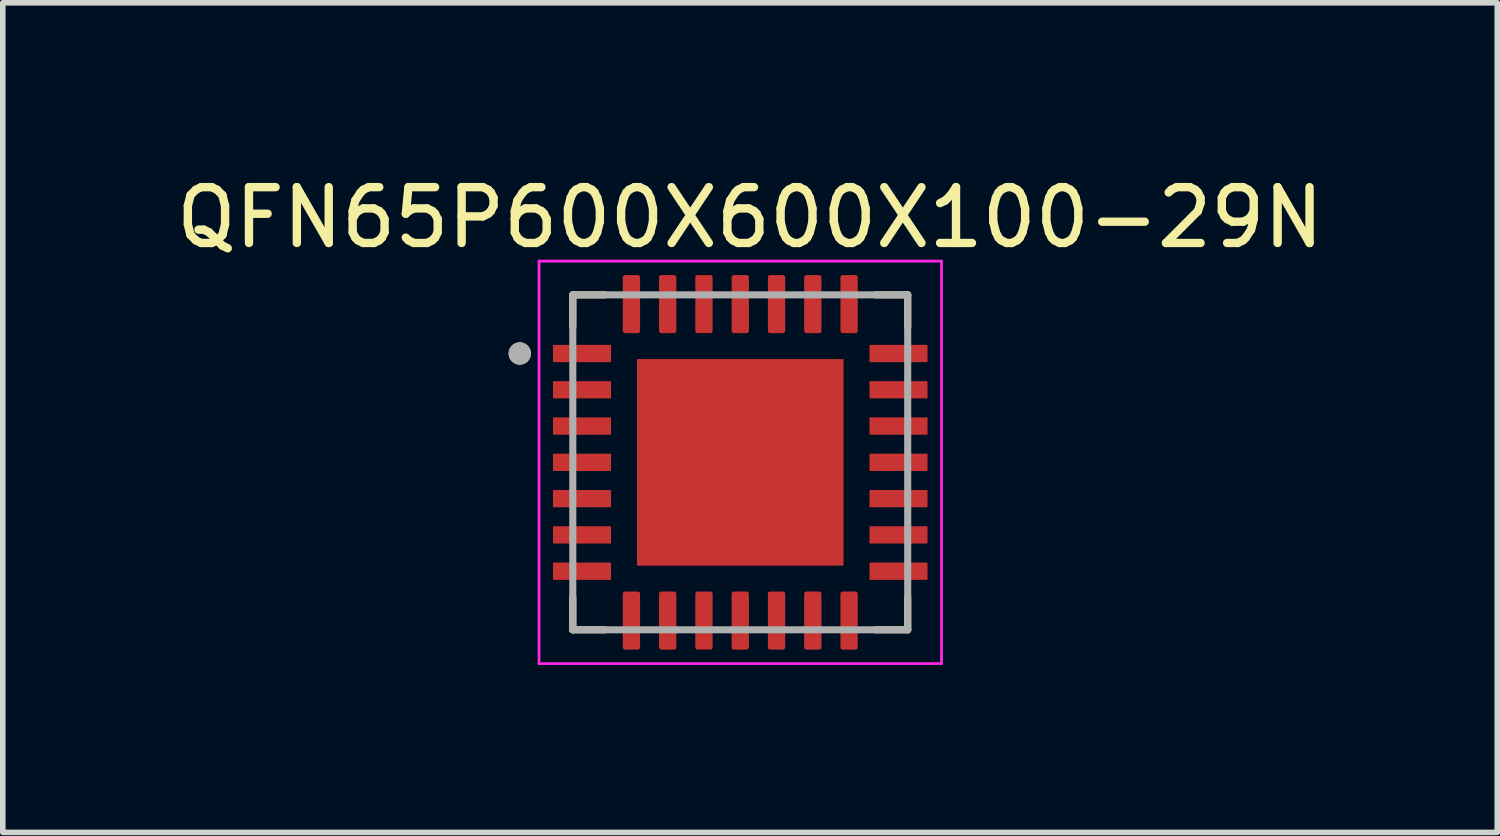
<source format=kicad_pcb>
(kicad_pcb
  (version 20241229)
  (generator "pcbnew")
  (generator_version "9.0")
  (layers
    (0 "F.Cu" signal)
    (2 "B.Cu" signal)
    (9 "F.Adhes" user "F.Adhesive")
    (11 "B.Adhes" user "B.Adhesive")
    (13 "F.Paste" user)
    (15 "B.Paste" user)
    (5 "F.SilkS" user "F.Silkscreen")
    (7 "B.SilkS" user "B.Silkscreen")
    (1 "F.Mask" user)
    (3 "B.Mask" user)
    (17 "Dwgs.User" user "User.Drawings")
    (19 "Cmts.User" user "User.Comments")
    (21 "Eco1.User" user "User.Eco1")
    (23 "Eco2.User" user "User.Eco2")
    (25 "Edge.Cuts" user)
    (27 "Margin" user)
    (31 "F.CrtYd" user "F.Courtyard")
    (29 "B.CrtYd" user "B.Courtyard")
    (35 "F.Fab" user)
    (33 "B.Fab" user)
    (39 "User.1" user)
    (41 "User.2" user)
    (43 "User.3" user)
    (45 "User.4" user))
  (footprint "QFN65P600X600X100-29N"
    (layer "F.Cu")
    (at 10.212 5.233)
    (property "Reference" "QFN65P600X600X100-29N" (at 0.175 -4.385 0) (layer "F.SilkS") (effects (font (size 1 1) (thickness 0.15))))
    (attr through_hole)
    (fp_line (start -3 -3) (end -3 -2.425) (stroke (width 0.127) (type solid)) (layer "F.SilkS"))
    (fp_line (start -3 -3) (end -2.425 -3) (stroke (width 0.127) (type solid)) (layer "F.SilkS"))
    (fp_line (start -3 3) (end -3 2.425) (stroke (width 0.127) (type solid)) (layer "F.SilkS"))
    (fp_line (start -3 3) (end -2.425 3) (stroke (width 0.127) (type solid)) (layer "F.SilkS"))
    (fp_line (start 3 -3) (end 2.425 -3) (stroke (width 0.127) (type solid)) (layer "F.SilkS"))
    (fp_line (start 3 -3) (end 3 -2.425) (stroke (width 0.127) (type solid)) (layer "F.SilkS"))
    (fp_line (start 3 3) (end 2.425 3) (stroke (width 0.127) (type solid)) (layer "F.SilkS"))
    (fp_line (start 3 3) (end 3 2.425) (stroke (width 0.127) (type solid)) (layer "F.SilkS"))
    (fp_circle (center -3.95 -1.95) (end -3.85 -1.95) (stroke (width 0.2) (type solid)) (fill no) (layer "F.SilkS"))
    (fp_poly (pts (xy -1.17 -1.17) (xy 1.17 -1.17) (xy 1.17 1.17) (xy -1.17 1.17)) (stroke (width 0.01) (type solid)) (fill yes) (layer "F.Paste"))
    (fp_line (start -3.605 -3.605) (end 3.605 -3.605) (stroke (width 0.05) (type solid)) (layer "F.CrtYd"))
    (fp_line (start -3.605 3.605) (end -3.605 -3.605) (stroke (width 0.05) (type solid)) (layer "F.CrtYd"))
    (fp_line (start -3.605 3.605) (end 3.605 3.605) (stroke (width 0.05) (type solid)) (layer "F.CrtYd"))
    (fp_line (start 3.605 3.605) (end 3.605 -3.605) (stroke (width 0.05) (type solid)) (layer "F.CrtYd"))
    (fp_line (start -3 3) (end -3 -3) (stroke (width 0.127) (type solid)) (layer "F.Fab"))
    (fp_line (start 3 -3) (end -3 -3) (stroke (width 0.127) (type solid)) (layer "F.Fab"))
    (fp_line (start 3 3) (end -3 3) (stroke (width 0.127) (type solid)) (layer "F.Fab"))
    (fp_line (start 3 3) (end 3 -3) (stroke (width 0.127) (type solid)) (layer "F.Fab"))
    (fp_circle (center -3.95 -1.95) (end -3.85 -1.95) (stroke (width 0.2) (type solid)) (fill no) (layer "F.Fab"))
    (pad "1" smd roundrect (at -2.835 -1.95) (size 1.04 0.31) (layers "F.Cu" "F.Mask" "F.Paste") (roundrect_rratio 0.04))
    (pad "2" smd roundrect (at -2.835 -1.3) (size 1.04 0.31) (layers "F.Cu" "F.Mask" "F.Paste") (roundrect_rratio 0.04))
    (pad "3" smd roundrect (at -2.835 -0.65) (size 1.04 0.31) (layers "F.Cu" "F.Mask" "F.Paste") (roundrect_rratio 0.04))
    (pad "4" smd roundrect (at -2.835 0) (size 1.04 0.31) (layers "F.Cu" "F.Mask" "F.Paste") (roundrect_rratio 0.04))
    (pad "5" smd roundrect (at -2.835 0.65) (size 1.04 0.31) (layers "F.Cu" "F.Mask" "F.Paste") (roundrect_rratio 0.04))
    (pad "6" smd roundrect (at -2.835 1.3) (size 1.04 0.31) (layers "F.Cu" "F.Mask" "F.Paste") (roundrect_rratio 0.04))
    (pad "7" smd roundrect (at -2.835 1.95) (size 1.04 0.31) (layers "F.Cu" "F.Mask" "F.Paste") (roundrect_rratio 0.04))
    (pad "8" smd roundrect (at -1.95 2.835) (size 0.31 1.04) (layers "F.Cu" "F.Mask" "F.Paste") (roundrect_rratio 0.13))
    (pad "9" smd roundrect (at -1.3 2.835) (size 0.31 1.04) (layers "F.Cu" "F.Mask" "F.Paste") (roundrect_rratio 0.13))
    (pad "10" smd roundrect (at -0.65 2.835) (size 0.31 1.04) (layers "F.Cu" "F.Mask" "F.Paste") (roundrect_rratio 0.13))
    (pad "11" smd roundrect (at 0 2.835) (size 0.31 1.04) (layers "F.Cu" "F.Mask" "F.Paste") (roundrect_rratio 0.13))
    (pad "12" smd roundrect (at 0.65 2.835) (size 0.31 1.04) (layers "F.Cu" "F.Mask" "F.Paste") (roundrect_rratio 0.13))
    (pad "13" smd roundrect (at 1.3 2.835) (size 0.31 1.04) (layers "F.Cu" "F.Mask" "F.Paste") (roundrect_rratio 0.13))
    (pad "14" smd roundrect (at 1.95 2.835) (size 0.31 1.04) (layers "F.Cu" "F.Mask" "F.Paste") (roundrect_rratio 0.13))
    (pad "15" smd roundrect (at 2.835 1.95) (size 1.04 0.31) (layers "F.Cu" "F.Mask" "F.Paste") (roundrect_rratio 0.04))
    (pad "16" smd roundrect (at 2.835 1.3) (size 1.04 0.31) (layers "F.Cu" "F.Mask" "F.Paste") (roundrect_rratio 0.04))
    (pad "17" smd roundrect (at 2.835 0.65) (size 1.04 0.31) (layers "F.Cu" "F.Mask" "F.Paste") (roundrect_rratio 0.04))
    (pad "18" smd roundrect (at 2.835 0) (size 1.04 0.31) (layers "F.Cu" "F.Mask" "F.Paste") (roundrect_rratio 0.04))
    (pad "19" smd roundrect (at 2.835 -0.65) (size 1.04 0.31) (layers "F.Cu" "F.Mask" "F.Paste") (roundrect_rratio 0.04))
    (pad "20" smd roundrect (at 2.835 -1.3) (size 1.04 0.31) (layers "F.Cu" "F.Mask" "F.Paste") (roundrect_rratio 0.04))
    (pad "21" smd roundrect (at 2.835 -1.95) (size 1.04 0.31) (layers "F.Cu" "F.Mask" "F.Paste") (roundrect_rratio 0.04))
    (pad "22" smd roundrect (at 1.95 -2.835) (size 0.31 1.04) (layers "F.Cu" "F.Mask" "F.Paste") (roundrect_rratio 0.13))
    (pad "23" smd roundrect (at 1.3 -2.835) (size 0.31 1.04) (layers "F.Cu" "F.Mask" "F.Paste") (roundrect_rratio 0.13))
    (pad "24" smd roundrect (at 0.65 -2.835) (size 0.31 1.04) (layers "F.Cu" "F.Mask" "F.Paste") (roundrect_rratio 0.13))
    (pad "25" smd roundrect (at 0 -2.835) (size 0.31 1.04) (layers "F.Cu" "F.Mask" "F.Paste") (roundrect_rratio 0.13))
    (pad "26" smd roundrect (at -0.65 -2.835) (size 0.31 1.04) (layers "F.Cu" "F.Mask" "F.Paste") (roundrect_rratio 0.13))
    (pad "27" smd roundrect (at -1.3 -2.835) (size 0.31 1.04) (layers "F.Cu" "F.Mask" "F.Paste") (roundrect_rratio 0.13))
    (pad "28" smd roundrect (at -1.95 -2.835) (size 0.31 1.04) (layers "F.Cu" "F.Mask" "F.Paste") (roundrect_rratio 0.13))
    (pad "29" smd rect (at 0 0) (size 3.7 3.7) (layers "F.Cu" "F.Mask")))
  (gr_rect
    (start -3 -3)
    (end 23.774 11.863)
    (stroke (width 0.1) (type default))
    (fill no)
    (layer "Edge.Cuts")))
</source>
